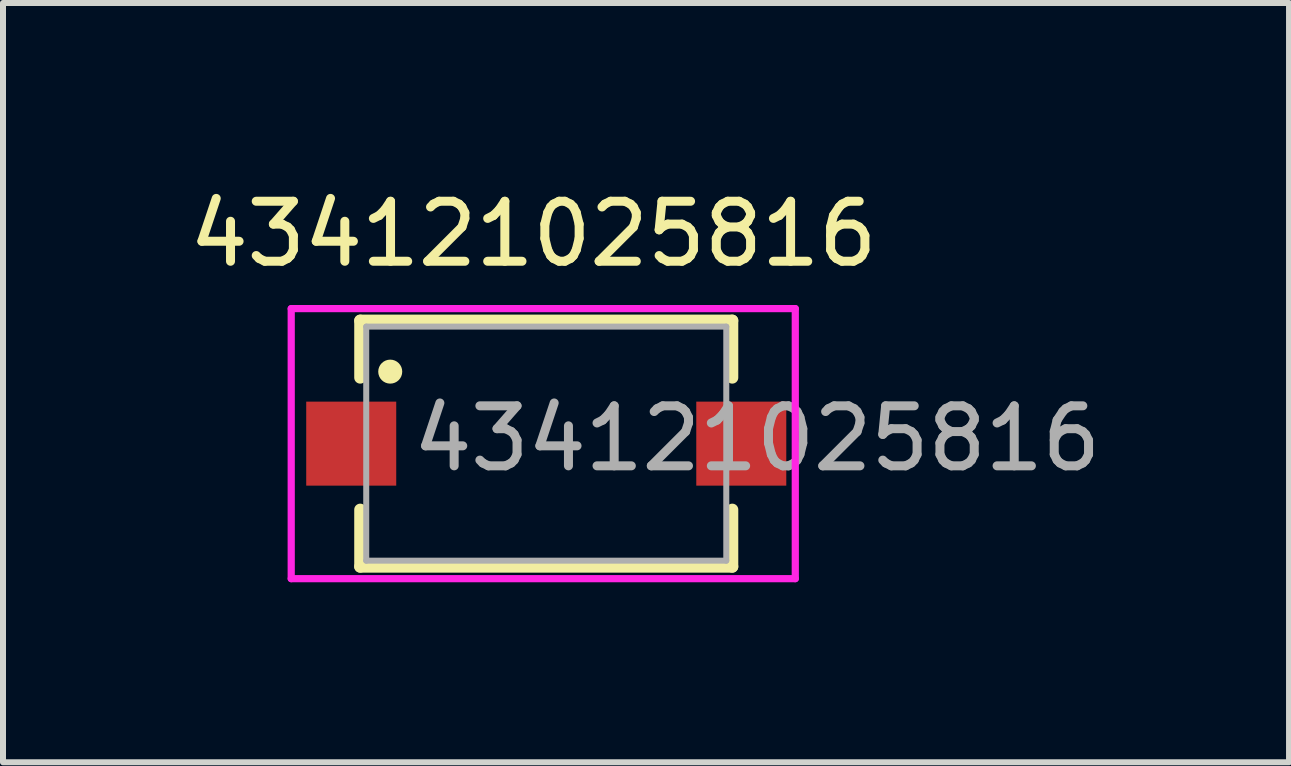
<source format=kicad_pcb>
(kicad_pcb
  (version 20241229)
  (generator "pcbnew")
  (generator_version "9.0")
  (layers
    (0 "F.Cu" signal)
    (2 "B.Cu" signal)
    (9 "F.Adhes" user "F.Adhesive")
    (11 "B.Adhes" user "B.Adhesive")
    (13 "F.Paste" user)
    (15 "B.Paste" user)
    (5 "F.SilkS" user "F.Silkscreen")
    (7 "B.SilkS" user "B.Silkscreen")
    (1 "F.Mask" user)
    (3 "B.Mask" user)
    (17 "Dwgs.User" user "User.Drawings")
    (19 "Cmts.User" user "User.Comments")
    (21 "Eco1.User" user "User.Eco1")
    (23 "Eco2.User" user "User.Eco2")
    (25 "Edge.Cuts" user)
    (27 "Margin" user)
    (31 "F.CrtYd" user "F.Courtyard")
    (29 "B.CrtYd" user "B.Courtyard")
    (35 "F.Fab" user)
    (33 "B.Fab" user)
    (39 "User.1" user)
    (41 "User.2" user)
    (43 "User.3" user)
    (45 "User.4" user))
  (footprint "434121025816"
    (layer "F.Cu")
    (at 6.053 4.343)
    (property "Reference" "434121025816" (at -0.214 -3.494 0) (layer "F.SilkS") (effects (font (size 1 1) (thickness 0.15))))
    (attr smd)
    (fp_line (start -3.1 -2.05) (end 3.1 -2.05) (stroke (width 0.2) (type solid)) (layer "F.SilkS"))
    (fp_line (start -3.1 -1.1) (end -3.1 -2.05) (stroke (width 0.2) (type solid)) (layer "F.SilkS"))
    (fp_line (start -3.1 1.1) (end -3.1 2.05) (stroke (width 0.2) (type solid)) (layer "F.SilkS"))
    (fp_line (start -3.1 2.05) (end 3.1 2.05) (stroke (width 0.2) (type solid)) (layer "F.SilkS"))
    (fp_line (start 3.1 -2.05) (end 3.1 -1.1) (stroke (width 0.2) (type solid)) (layer "F.SilkS"))
    (fp_line (start 3.1 2.05) (end 3.1 1.1) (stroke (width 0.2) (type solid)) (layer "F.SilkS"))
    (fp_circle (center -2.6 -1.2) (end -2.5 -1.2) (stroke (width 0.2) (type solid)) (fill no) (layer "F.SilkS"))
    (fp_line (start -4.25 -2.25) (end -4.25 2.25) (stroke (width 0.12) (type default)) (layer "F.CrtYd"))
    (fp_line (start -4.25 2.25) (end 4.15 2.25) (stroke (width 0.12) (type default)) (layer "F.CrtYd"))
    (fp_line (start 4.15 -2.25) (end -4.25 -2.25) (stroke (width 0.12) (type default)) (layer "F.CrtYd"))
    (fp_line (start 4.15 2.25) (end 4.15 -2.25) (stroke (width 0.12) (type default)) (layer "F.CrtYd"))
    (fp_line (start -3 -1.95) (end -3 1.95) (stroke (width 0.1) (type solid)) (layer "F.Fab"))
    (fp_line (start -3 1.95) (end 3 1.95) (stroke (width 0.1) (type solid)) (layer "F.Fab"))
    (fp_line (start 3 -1.95) (end -3 -1.95) (stroke (width 0.1) (type solid)) (layer "F.Fab"))
    (fp_line (start 3 1.95) (end 3 -1.95) (stroke (width 0.1) (type solid)) (layer "F.Fab"))
    (fp_text user "${REFERENCE}" (at -2.3 0.5 0) (unlocked yes) (layer "F.Fab") (effects (font (size 1 1) (thickness 0.15)) (justify left bottom)))
    (pad "1" smd rect (at -3.25 0) (size 1.5 1.4) (layers "F.Cu" "F.Mask" "F.Paste"))
    (pad "2" smd rect (at 3.25 0) (size 1.5 1.4) (layers "F.Cu" "F.Mask" "F.Paste")))
  (gr_rect
    (start -3 -3)
    (end 18.431 9.653)
    (stroke (width 0.1) (type default))
    (fill no)
    (layer "Edge.Cuts")))
</source>
